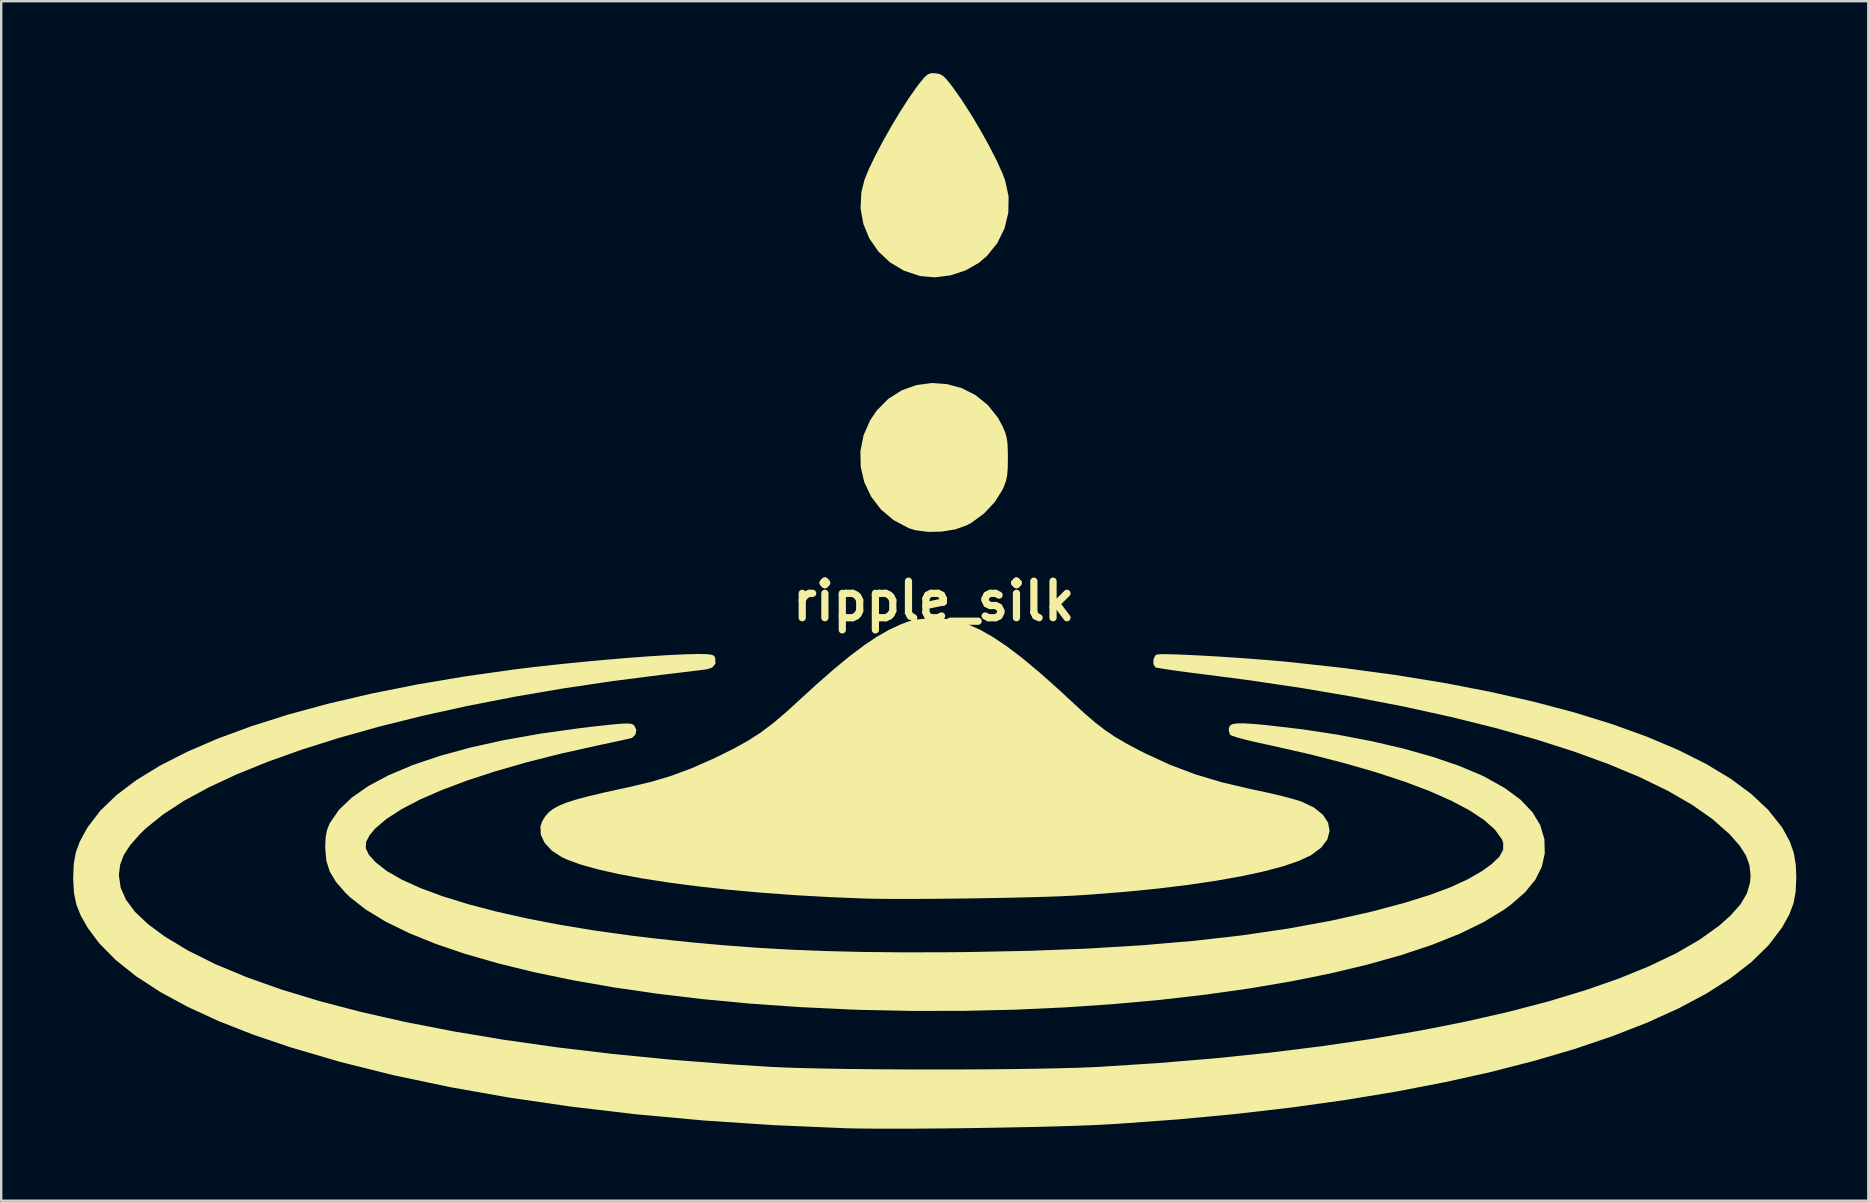
<source format=kicad_pcb>
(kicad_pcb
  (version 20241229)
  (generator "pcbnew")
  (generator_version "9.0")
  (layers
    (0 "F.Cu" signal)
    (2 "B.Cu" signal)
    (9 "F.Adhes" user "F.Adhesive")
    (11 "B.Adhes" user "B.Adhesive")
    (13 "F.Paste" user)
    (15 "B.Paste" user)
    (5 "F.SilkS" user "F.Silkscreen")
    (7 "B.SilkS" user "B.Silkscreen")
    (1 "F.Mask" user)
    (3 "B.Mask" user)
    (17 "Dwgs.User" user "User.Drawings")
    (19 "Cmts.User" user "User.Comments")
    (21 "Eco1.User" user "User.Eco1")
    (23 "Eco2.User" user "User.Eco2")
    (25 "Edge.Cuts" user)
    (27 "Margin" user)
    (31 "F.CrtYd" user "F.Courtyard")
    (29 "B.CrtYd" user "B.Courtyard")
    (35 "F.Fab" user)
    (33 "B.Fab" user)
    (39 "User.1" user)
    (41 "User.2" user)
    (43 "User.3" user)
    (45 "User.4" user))
  (footprint "ripple_silk"
    (layer "F.Cu")
    (at 35.856 21.999)
    (property "Reference" "ripple_silk" (at 0 0 0) (layer "F.SilkS") (effects (font (size 1.524 1.524) (thickness 0.3))))
    (attr board_only exclude_from_pos_files exclude_from_bom)
    (fp_poly (pts (xy 0.547 -9.046) (xy 1.165 -8.878) (xy 1.741 -8.586) (xy 2.251 -8.175) (xy 2.674 -7.646) (xy 2.864 -7.298) (xy 2.972 -7.046) (xy 3.04 -6.815) (xy 3.075 -6.552) (xy 3.089 -6.201) (xy 3.09 -5.969) (xy 3.084 -5.55) (xy 3.061 -5.247) (xy 3.01 -5.005) (xy 2.924 -4.773) (xy 2.872 -4.656) (xy 2.546 -4.133) (xy 2.098 -3.654) (xy 1.574 -3.268) (xy 1.375 -3.16) (xy 0.899 -2.992) (xy 0.343 -2.9) (xy -0.23 -2.886) (xy -0.758 -2.954) (xy -1.035 -3.039) (xy -1.676 -3.379) (xy -2.203 -3.825) (xy -2.61 -4.358) (xy -2.892 -4.954) (xy -3.042 -5.592) (xy -3.055 -6.251) (xy -2.925 -6.909) (xy -2.645 -7.545) (xy -2.372 -7.947) (xy -1.887 -8.435) (xy -1.33 -8.786) (xy -0.723 -9.003) (xy -0.09 -9.089)) (stroke (width 0) (type solid)) (fill yes) (layer "F.SilkS"))
    (fp_poly (pts (xy 0.068 -21.997) (xy 0.238 -21.967) (xy 0.383 -21.891) (xy 0.539 -21.738) (xy 0.745 -21.479) (xy 0.789 -21.421) (xy 1.167 -20.884) (xy 1.56 -20.273) (xy 1.946 -19.624) (xy 2.306 -18.976) (xy 2.619 -18.365) (xy 2.863 -17.827) (xy 2.975 -17.534) (xy 3.12 -16.863) (xy 3.108 -16.185) (xy 2.948 -15.527) (xy 2.648 -14.918) (xy 2.217 -14.384) (xy 1.884 -14.1) (xy 1.327 -13.782) (xy 0.699 -13.576) (xy 0.052 -13.493) (xy -0.558 -13.545) (xy -1.232 -13.766) (xy -1.819 -14.115) (xy -2.306 -14.57) (xy -2.681 -15.11) (xy -2.932 -15.716) (xy -3.048 -16.366) (xy -3.016 -17.039) (xy -2.885 -17.558) (xy -2.708 -17.994) (xy -2.451 -18.53) (xy -2.136 -19.129) (xy -1.784 -19.755) (xy -1.416 -20.37) (xy -1.052 -20.938) (xy -0.713 -21.422) (xy -0.585 -21.59) (xy -0.39 -21.825) (xy -0.246 -21.952) (xy -0.107 -21.999)) (stroke (width 0) (type solid)) (fill yes) (layer "F.SilkS"))
    (fp_poly (pts (xy 0.423 0.73) (xy 0.745 0.759) (xy 1.033 0.824) (xy 1.355 0.935) (xy 1.419 0.96) (xy 1.932 1.192) (xy 2.475 1.5) (xy 3.063 1.895) (xy 3.708 2.386) (xy 4.426 2.985) (xy 5.227 3.7) (xy 5.715 4.152) (xy 6.247 4.642) (xy 6.702 5.036) (xy 7.121 5.361) (xy 7.543 5.647) (xy 8.006 5.921) (xy 8.552 6.21) (xy 8.824 6.348) (xy 9.848 6.819) (xy 10.893 7.214) (xy 12.005 7.547) (xy 13.231 7.835) (xy 13.425 7.875) (xy 13.935 7.984) (xy 14.435 8.101) (xy 14.879 8.216) (xy 15.223 8.317) (xy 15.333 8.354) (xy 15.848 8.602) (xy 16.215 8.898) (xy 16.432 9.228) (xy 16.494 9.575) (xy 16.402 9.926) (xy 16.15 10.263) (xy 15.739 10.573) (xy 15.688 10.602) (xy 15.194 10.83) (xy 14.543 11.051) (xy 13.746 11.262) (xy 12.817 11.462) (xy 11.767 11.649) (xy 10.608 11.82) (xy 9.353 11.974) (xy 8.013 12.108) (xy 6.6 12.22) (xy 5.8 12.272) (xy 5.32 12.295) (xy 4.7 12.317) (xy 3.969 12.338) (xy 3.154 12.357) (xy 2.286 12.373) (xy 1.392 12.387) (xy 0.502 12.397) (xy -0.356 12.405) (xy -1.153 12.408) (xy -1.86 12.406) (xy -2.448 12.4) (xy -2.794 12.393) (xy -4.297 12.333) (xy -5.765 12.251) (xy -7.186 12.147) (xy -8.547 12.024) (xy -9.834 11.883) (xy -11.035 11.725) (xy -12.136 11.554) (xy -13.126 11.37) (xy -13.991 11.176) (xy -14.718 10.972) (xy -15.294 10.761) (xy -15.496 10.667) (xy -15.913 10.395) (xy -16.209 10.076) (xy -16.371 9.734) (xy -16.388 9.389) (xy -16.314 9.175) (xy -16.199 8.981) (xy -16.057 8.812) (xy -15.871 8.663) (xy -15.626 8.526) (xy -15.302 8.394) (xy -14.885 8.262) (xy -14.355 8.121) (xy -13.696 7.966) (xy -12.892 7.789) (xy -12.7 7.748) (xy -11.772 7.528) (xy -10.927 7.275) (xy -10.099 6.967) (xy -9.221 6.58) (xy -9.012 6.481) (xy -8.316 6.135) (xy -7.728 5.808) (xy -7.203 5.469) (xy -6.694 5.086) (xy -6.156 4.629) (xy -5.715 4.227) (xy -4.883 3.466) (xy -4.147 2.822) (xy -3.492 2.284) (xy -2.905 1.842) (xy -2.37 1.484) (xy -1.873 1.199) (xy -1.4 0.977) (xy -1.383 0.97) (xy -1.063 0.849) (xy -0.778 0.775) (xy -0.463 0.738) (xy -0.051 0.725) (xy 0 0.725)) (stroke (width 0) (type solid)) (fill yes) (layer "F.SilkS"))
    (fp_poly (pts (xy 13.342 5.117) (xy 13.843 5.162) (xy 15.363 5.34) (xy 16.836 5.565) (xy 18.241 5.833) (xy 19.56 6.14) (xy 20.772 6.481) (xy 21.86 6.851) (xy 22.802 7.245) (xy 22.971 7.327) (xy 23.793 7.786) (xy 24.45 8.272) (xy 24.943 8.788) (xy 25.274 9.336) (xy 25.445 9.918) (xy 25.461 10.505) (xy 25.337 11.069) (xy 25.066 11.608) (xy 24.641 12.129) (xy 24.056 12.641) (xy 23.751 12.862) (xy 22.909 13.375) (xy 21.909 13.861) (xy 20.762 14.319) (xy 19.477 14.748) (xy 18.064 15.145) (xy 16.534 15.51) (xy 14.896 15.841) (xy 13.161 16.135) (xy 11.337 16.393) (xy 9.436 16.612) (xy 7.467 16.791) (xy 5.44 16.928) (xy 3.366 17.022) (xy 1.253 17.071) (xy -0.887 17.074) (xy -3.046 17.029) (xy -3.556 17.011) (xy -5.657 16.91) (xy -7.695 16.765) (xy -9.661 16.579) (xy -11.548 16.353) (xy -13.348 16.09) (xy -15.052 15.791) (xy -16.654 15.459) (xy -18.145 15.094) (xy -19.517 14.699) (xy -20.763 14.275) (xy -21.875 13.825) (xy -22.844 13.349) (xy -23.664 12.851) (xy -24.326 12.332) (xy -24.515 12.149) (xy -24.909 11.695) (xy -25.168 11.263) (xy -25.31 10.808) (xy -25.355 10.287) (xy -25.355 10.245) (xy -25.338 9.847) (xy -25.284 9.548) (xy -25.179 9.281) (xy -25.152 9.229) (xy -24.78 8.692) (xy -24.246 8.182) (xy -23.554 7.701) (xy -22.709 7.251) (xy -21.716 6.832) (xy -20.58 6.448) (xy -19.306 6.099) (xy -17.897 5.788) (xy -16.361 5.516) (xy -14.7 5.285) (xy -14.258 5.233) (xy -13.689 5.17) (xy -13.263 5.126) (xy -12.958 5.102) (xy -12.751 5.097) (xy -12.617 5.109) (xy -12.533 5.138) (xy -12.478 5.181) (xy -12.392 5.364) (xy -12.428 5.56) (xy -12.569 5.695) (xy -12.598 5.706) (xy -12.729 5.737) (xy -12.992 5.796) (xy -13.356 5.874) (xy -13.787 5.966) (xy -14.012 6.014) (xy -15.525 6.351) (xy -16.935 6.707) (xy -18.233 7.079) (xy -19.413 7.463) (xy -20.467 7.857) (xy -21.387 8.257) (xy -22.165 8.662) (xy -22.795 9.067) (xy -23.269 9.469) (xy -23.506 9.752) (xy -23.652 10.034) (xy -23.666 10.293) (xy -23.541 10.56) (xy -23.269 10.866) (xy -23.252 10.882) (xy -22.786 11.247) (xy -22.159 11.606) (xy -21.382 11.957) (xy -20.464 12.296) (xy -19.415 12.621) (xy -18.244 12.929) (xy -16.96 13.219) (xy -15.573 13.486) (xy -14.093 13.73) (xy -12.528 13.946) (xy -11.642 14.052) (xy -10.179 14.208) (xy -8.761 14.337) (xy -7.36 14.441) (xy -5.948 14.522) (xy -4.497 14.579) (xy -2.977 14.616) (xy -1.361 14.632) (xy 0.379 14.63) (xy 1.397 14.621) (xy 3.984 14.57) (xy 6.415 14.476) (xy 8.7 14.337) (xy 10.845 14.153) (xy 12.861 13.923) (xy 14.755 13.645) (xy 16.536 13.319) (xy 18.212 12.944) (xy 19.643 12.562) (xy 20.656 12.246) (xy 21.517 11.926) (xy 22.243 11.593) (xy 22.852 11.242) (xy 23.25 10.954) (xy 23.569 10.647) (xy 23.727 10.356) (xy 23.729 10.069) (xy 23.668 9.913) (xy 23.382 9.518) (xy 22.932 9.118) (xy 22.324 8.716) (xy 21.565 8.314) (xy 20.66 7.914) (xy 19.615 7.519) (xy 18.435 7.131) (xy 17.126 6.753) (xy 15.694 6.385) (xy 14.146 6.032) (xy 13.846 5.968) (xy 13.372 5.864) (xy 12.956 5.763) (xy 12.627 5.673) (xy 12.413 5.602) (xy 12.343 5.563) (xy 12.296 5.398) (xy 12.297 5.292) (xy 12.337 5.193) (xy 12.44 5.127) (xy 12.628 5.094) (xy 12.921 5.091)) (stroke (width 0) (type solid)) (fill yes) (layer "F.SilkS"))
    (fp_poly (pts (xy -9.47 2.207) (xy -9.266 2.229) (xy -9.157 2.275) (xy -9.107 2.354) (xy -9.105 2.359) (xy -9.094 2.602) (xy -9.231 2.767) (xy -9.427 2.833) (xy -9.598 2.857) (xy -9.903 2.896) (xy -10.309 2.946) (xy -10.783 3.003) (xy -11.176 3.049) (xy -13.353 3.326) (xy -15.464 3.64) (xy -17.5 3.989) (xy -19.456 4.371) (xy -21.322 4.783) (xy -23.091 5.223) (xy -24.755 5.689) (xy -26.308 6.178) (xy -27.74 6.688) (xy -29.044 7.216) (xy -30.213 7.761) (xy -31.24 8.319) (xy -32.115 8.89) (xy -32.832 9.469) (xy -33.076 9.706) (xy -33.479 10.163) (xy -33.747 10.575) (xy -33.899 10.974) (xy -33.951 11.393) (xy -33.951 11.43) (xy -33.878 11.942) (xy -33.655 12.445) (xy -33.278 12.948) (xy -32.741 13.455) (xy -32.063 13.959) (xy -31.078 14.555) (xy -29.933 15.125) (xy -28.632 15.667) (xy -27.182 16.181) (xy -25.59 16.665) (xy -23.861 17.118) (xy -22.001 17.538) (xy -20.017 17.924) (xy -17.915 18.275) (xy -15.7 18.59) (xy -13.38 18.866) (xy -10.961 19.104) (xy -8.448 19.3) (xy -6.816 19.403) (xy -6.194 19.432) (xy -5.427 19.456) (xy -4.537 19.476) (xy -3.548 19.492) (xy -2.483 19.504) (xy -1.365 19.511) (xy -0.219 19.514) (xy 0.934 19.513) (xy 2.07 19.508) (xy 3.165 19.498) (xy 4.195 19.484) (xy 5.139 19.465) (xy 5.971 19.443) (xy 6.67 19.416) (xy 6.9 19.404) (xy 9.338 19.248) (xy 11.701 19.051) (xy 13.982 18.815) (xy 16.176 18.543) (xy 18.277 18.235) (xy 20.277 17.892) (xy 22.171 17.517) (xy 23.952 17.111) (xy 25.613 16.676) (xy 27.149 16.212) (xy 28.553 15.722) (xy 29.818 15.207) (xy 30.939 14.669) (xy 31.908 14.108) (xy 32.72 13.527) (xy 33.198 13.103) (xy 33.614 12.634) (xy 33.882 12.183) (xy 34.015 11.723) (xy 34.036 11.43) (xy 33.991 11.005) (xy 33.847 10.603) (xy 33.585 10.193) (xy 33.191 9.742) (xy 33.14 9.691) (xy 32.449 9.08) (xy 31.595 8.483) (xy 30.583 7.9) (xy 29.42 7.334) (xy 28.111 6.787) (xy 26.662 6.26) (xy 25.078 5.755) (xy 23.367 5.274) (xy 21.532 4.819) (xy 19.581 4.39) (xy 17.518 3.991) (xy 15.35 3.622) (xy 13.083 3.286) (xy 11.288 3.053) (xy 10.728 2.982) (xy 10.221 2.915) (xy 9.795 2.854) (xy 9.472 2.804) (xy 9.279 2.769) (xy 9.235 2.756) (xy 9.154 2.621) (xy 9.155 2.43) (xy 9.229 2.268) (xy 9.289 2.225) (xy 9.425 2.211) (xy 9.707 2.209) (xy 10.113 2.22) (xy 10.62 2.24) (xy 11.207 2.27) (xy 11.85 2.307) (xy 12.528 2.351) (xy 13.217 2.401) (xy 13.896 2.454) (xy 14.542 2.51) (xy 14.817 2.536) (xy 17.069 2.783) (xy 19.221 3.073) (xy 21.267 3.406) (xy 23.202 3.78) (xy 25.02 4.194) (xy 26.717 4.644) (xy 28.288 5.131) (xy 29.727 5.651) (xy 31.03 6.204) (xy 32.192 6.787) (xy 33.207 7.399) (xy 34.07 8.038) (xy 34.776 8.703) (xy 35.32 9.391) (xy 35.405 9.525) (xy 35.672 10.02) (xy 35.838 10.492) (xy 35.922 11.006) (xy 35.941 11.515) (xy 35.915 12.101) (xy 35.824 12.592) (xy 35.65 13.054) (xy 35.371 13.555) (xy 35.328 13.622) (xy 34.785 14.337) (xy 34.079 15.03) (xy 33.216 15.7) (xy 32.202 16.345) (xy 31.041 16.965) (xy 29.739 17.556) (xy 28.302 18.118) (xy 26.735 18.65) (xy 25.043 19.148) (xy 23.233 19.613) (xy 21.309 20.041) (xy 19.278 20.433) (xy 17.143 20.785) (xy 14.912 21.097) (xy 12.589 21.367) (xy 10.181 21.594) (xy 7.691 21.775) (xy 7.197 21.804) (xy 6.626 21.833) (xy 5.915 21.86) (xy 5.089 21.885) (xy 4.176 21.908) (xy 3.2 21.928) (xy 2.189 21.946) (xy 1.167 21.961) (xy 0.16 21.972) (xy -0.804 21.979) (xy -1.701 21.981) (xy -2.504 21.979) (xy -3.188 21.972) (xy -3.683 21.961) (xy -6.668 21.833) (xy -9.57 21.64) (xy -12.38 21.383) (xy -15.089 21.064) (xy -17.687 20.685) (xy -20.167 20.246) (xy -22.52 19.75) (xy -24.736 19.196) (xy -26.807 18.588) (xy -28.351 18.064) (xy -29.788 17.501) (xy -31.084 16.905) (xy -32.235 16.28) (xy -33.236 15.629) (xy -34.082 14.954) (xy -34.769 14.259) (xy -35.244 13.622) (xy -35.536 13.113) (xy -35.723 12.65) (xy -35.823 12.166) (xy -35.856 11.595) (xy -35.856 11.515) (xy -35.833 10.949) (xy -35.749 10.475) (xy -35.586 10.028) (xy -35.326 9.545) (xy -35.236 9.398) (xy -34.727 8.731) (xy -34.056 8.083) (xy -33.227 7.458) (xy -32.245 6.856) (xy -31.117 6.28) (xy -29.847 5.732) (xy -28.441 5.214) (xy -26.904 4.727) (xy -25.242 4.275) (xy -23.46 3.858) (xy -21.563 3.478) (xy -19.557 3.139) (xy -17.447 2.841) (xy -17.441 2.84) (xy -16.566 2.734) (xy -15.636 2.632) (xy -14.677 2.535) (xy -13.717 2.446) (xy -12.785 2.367) (xy -11.906 2.301) (xy -11.109 2.25) (xy -10.421 2.217) (xy -9.87 2.202) (xy -9.806 2.202)) (stroke (width 0) (type solid)) (fill yes) (layer "F.SilkS")))
  (gr_rect
    (start -3 -3)
    (end 74.797 46.981)
    (stroke (width 0.1) (type default))
    (fill no)
    (layer "Edge.Cuts")))
</source>
